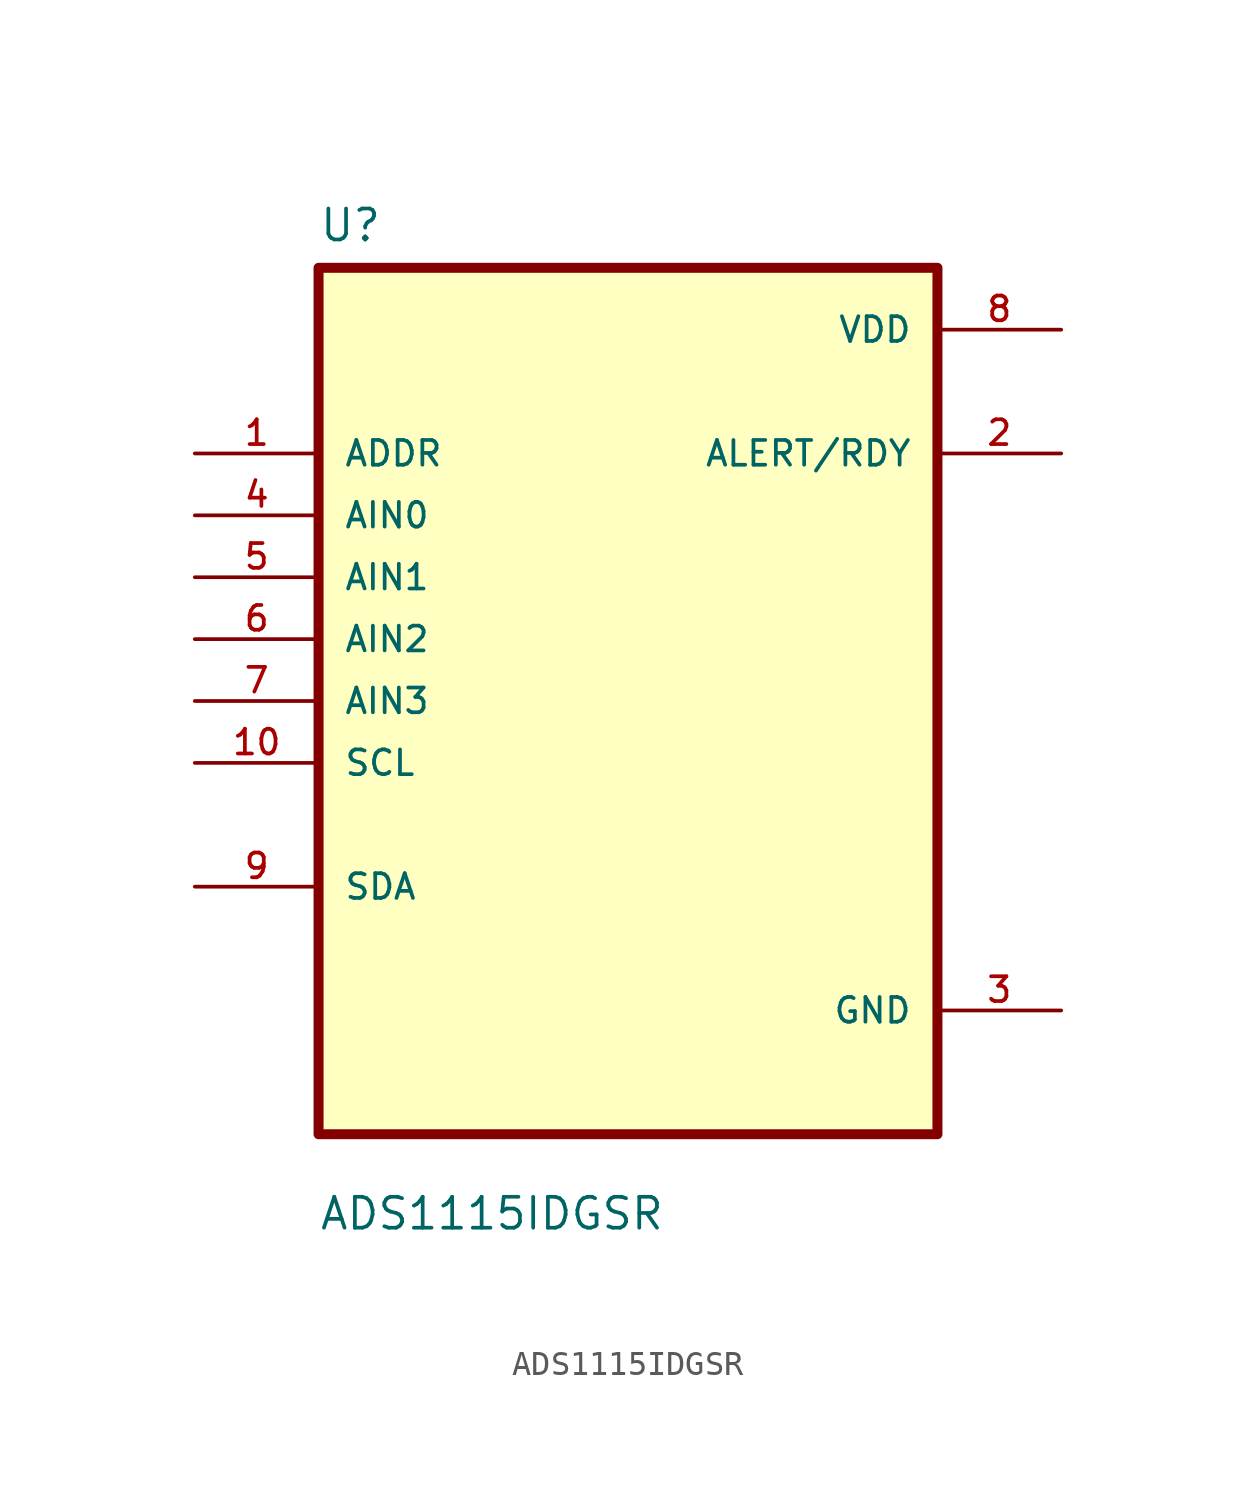
<source format=kicad_sym>
(kicad_symbol_lib
  (version 20220914)
  (generator kicad_symbol_editor)
  (symbol "ADS1115IDGSR"
    (pin_names
      (offset 1.016))
    (property "Reference" "U"
      (at -12.7 18.78 0)
      (effects (font (size 1.27 1.27)) (justify left bottom)))
    (property "Value" "ADS1115IDGSR"
      (at -12.7 -21.78 0)
      (effects (font (size 1.27 1.27)) (justify left bottom)))
    (symbol "ADS1115IDGSR_0_0"
      (rectangle (start -12.7 -17.78) (end 12.7 17.78) (stroke (width 0.41) (type default)) (fill (type background)))
      (pin input line (at -17.78 10.16 0) (length 5.08) (name "ADDR" (effects (font (size 1.016 1.016)))) (number "1" (effects (font (size 1.016 1.016)))))
      (pin input line (at -17.78 -2.54 0) (length 5.08) (name "SCL" (effects (font (size 1.016 1.016)))) (number "10" (effects (font (size 1.016 1.016)))))
      (pin output line (at 17.78 10.16 180) (length 5.08) (name "ALERT/RDY" (effects (font (size 1.016 1.016)))) (number "2" (effects (font (size 1.016 1.016)))))
      (pin power_in line (at 17.78 -12.7 180) (length 5.08) (name "GND" (effects (font (size 1.016 1.016)))) (number "3" (effects (font (size 1.016 1.016)))))
      (pin input line (at -17.78 7.62 0) (length 5.08) (name "AIN0" (effects (font (size 1.016 1.016)))) (number "4" (effects (font (size 1.016 1.016)))))
      (pin input line (at -17.78 5.08 0) (length 5.08) (name "AIN1" (effects (font (size 1.016 1.016)))) (number "5" (effects (font (size 1.016 1.016)))))
      (pin input line (at -17.78 2.54 0) (length 5.08) (name "AIN2" (effects (font (size 1.016 1.016)))) (number "6" (effects (font (size 1.016 1.016)))))
      (pin input line (at -17.78 0 0) (length 5.08) (name "AIN3" (effects (font (size 1.016 1.016)))) (number "7" (effects (font (size 1.016 1.016)))))
      (pin power_in line (at 17.78 15.24 180) (length 5.08) (name "VDD" (effects (font (size 1.016 1.016)))) (number "8" (effects (font (size 1.016 1.016)))))
      (pin bidirectional line (at -17.78 -7.62 0) (length 5.08) (name "SDA" (effects (font (size 1.016 1.016)))) (number "9" (effects (font (size 1.016 1.016))))))))
</source>
